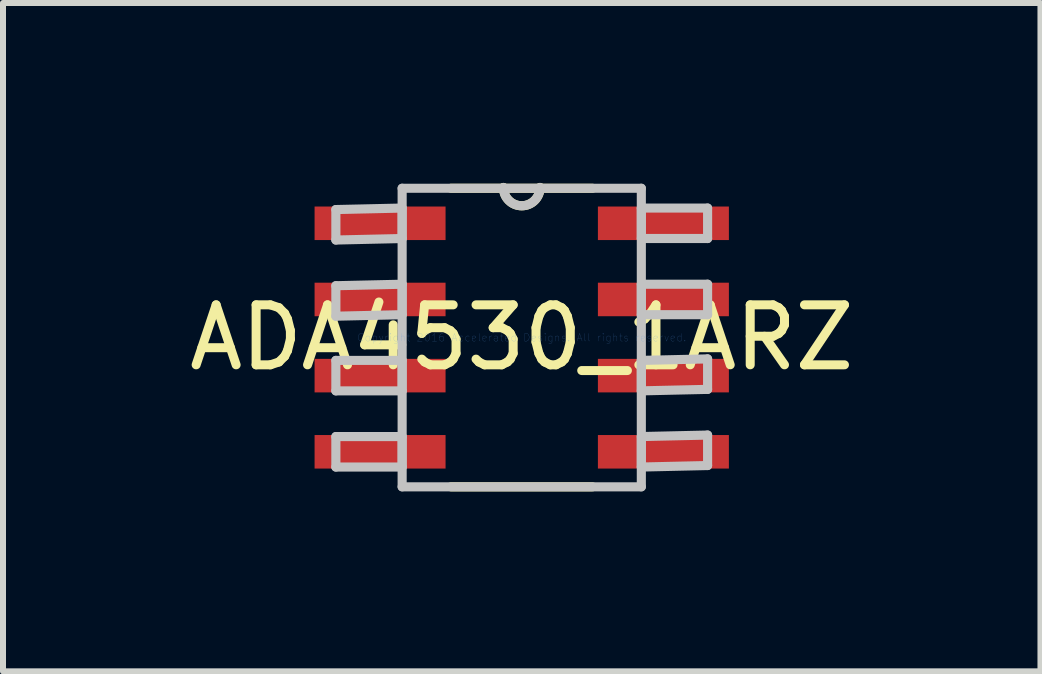
<source format=kicad_pcb>
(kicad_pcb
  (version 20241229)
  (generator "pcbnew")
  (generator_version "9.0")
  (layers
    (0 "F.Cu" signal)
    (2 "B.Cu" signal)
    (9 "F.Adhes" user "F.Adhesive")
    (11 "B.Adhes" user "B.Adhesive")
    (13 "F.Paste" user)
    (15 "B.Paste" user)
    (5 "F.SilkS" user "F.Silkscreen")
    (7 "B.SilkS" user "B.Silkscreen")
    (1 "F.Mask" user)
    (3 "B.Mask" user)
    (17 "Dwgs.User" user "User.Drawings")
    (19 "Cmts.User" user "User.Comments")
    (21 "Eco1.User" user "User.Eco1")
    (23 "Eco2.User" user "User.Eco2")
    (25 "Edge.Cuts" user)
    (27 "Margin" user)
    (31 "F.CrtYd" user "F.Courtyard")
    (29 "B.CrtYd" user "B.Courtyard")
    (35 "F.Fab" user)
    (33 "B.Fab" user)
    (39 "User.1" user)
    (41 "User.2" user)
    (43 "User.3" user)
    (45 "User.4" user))
  (footprint "ADA4530_1ARZ"
    (layer "F.Cu")
    (at 5.649 2.578)
    (property "Reference" "ADA4530_1ARZ" (at 0 0 0) (layer "F.SilkS") (effects (font (size 1 1) (thickness 0.15))))
    (attr through_hole)
    (fp_line (start -1.179 2.489) (end 1.179 2.489) (stroke (width 0.152) (type solid)) (layer "F.SilkS"))
    (fp_line (start 1.179 -2.489) (end -1.179 -2.489) (stroke (width 0.152) (type solid)) (layer "F.SilkS"))
    (fp_arc (start 0.3048 -2.5019) (mid 0 -2.1971) (end -0.3048 -2.5019) (stroke (width 0.1524) (type solid)) (layer "F.SilkS"))
    (fp_line (start -3.099 -2.134) (end -3.099 -1.626) (stroke (width 0.152) (type solid)) (layer "Dwgs.User"))
    (fp_line (start -3.099 -1.626) (end -1.994 -1.651) (stroke (width 0.152) (type solid)) (layer "Dwgs.User"))
    (fp_line (start -3.099 -0.864) (end -3.099 -0.356) (stroke (width 0.152) (type solid)) (layer "Dwgs.User"))
    (fp_line (start -3.099 -0.356) (end -1.994 -0.381) (stroke (width 0.152) (type solid)) (layer "Dwgs.User"))
    (fp_line (start -3.099 0.381) (end -3.099 0.889) (stroke (width 0.152) (type solid)) (layer "Dwgs.User"))
    (fp_line (start -3.099 0.889) (end -1.994 0.889) (stroke (width 0.152) (type solid)) (layer "Dwgs.User"))
    (fp_line (start -3.099 1.651) (end -3.099 2.159) (stroke (width 0.152) (type solid)) (layer "Dwgs.User"))
    (fp_line (start -3.099 2.159) (end -1.994 2.159) (stroke (width 0.152) (type solid)) (layer "Dwgs.User"))
    (fp_line (start -1.994 -2.489) (end -1.994 2.489) (stroke (width 0.152) (type solid)) (layer "Dwgs.User"))
    (fp_line (start -1.994 -2.159) (end -3.099 -2.134) (stroke (width 0.152) (type solid)) (layer "Dwgs.User"))
    (fp_line (start -1.994 -1.651) (end -1.994 -2.159) (stroke (width 0.152) (type solid)) (layer "Dwgs.User"))
    (fp_line (start -1.994 -0.889) (end -3.099 -0.864) (stroke (width 0.152) (type solid)) (layer "Dwgs.User"))
    (fp_line (start -1.994 -0.381) (end -1.994 -0.889) (stroke (width 0.152) (type solid)) (layer "Dwgs.User"))
    (fp_line (start -1.994 0.381) (end -3.099 0.381) (stroke (width 0.152) (type solid)) (layer "Dwgs.User"))
    (fp_line (start -1.994 0.889) (end -1.994 0.381) (stroke (width 0.152) (type solid)) (layer "Dwgs.User"))
    (fp_line (start -1.994 1.651) (end -3.099 1.651) (stroke (width 0.152) (type solid)) (layer "Dwgs.User"))
    (fp_line (start -1.994 2.159) (end -1.994 1.651) (stroke (width 0.152) (type solid)) (layer "Dwgs.User"))
    (fp_line (start -1.994 2.489) (end 1.994 2.489) (stroke (width 0.152) (type solid)) (layer "Dwgs.User"))
    (fp_line (start 1.994 -2.489) (end -1.994 -2.489) (stroke (width 0.152) (type solid)) (layer "Dwgs.User"))
    (fp_line (start 1.994 -2.159) (end 1.994 -1.651) (stroke (width 0.152) (type solid)) (layer "Dwgs.User"))
    (fp_line (start 1.994 -1.651) (end 3.099 -1.651) (stroke (width 0.152) (type solid)) (layer "Dwgs.User"))
    (fp_line (start 1.994 -0.889) (end 1.994 -0.381) (stroke (width 0.152) (type solid)) (layer "Dwgs.User"))
    (fp_line (start 1.994 -0.381) (end 3.099 -0.381) (stroke (width 0.152) (type solid)) (layer "Dwgs.User"))
    (fp_line (start 1.994 0.381) (end 1.994 0.889) (stroke (width 0.152) (type solid)) (layer "Dwgs.User"))
    (fp_line (start 1.994 0.889) (end 3.099 0.864) (stroke (width 0.152) (type solid)) (layer "Dwgs.User"))
    (fp_line (start 1.994 1.651) (end 1.994 2.159) (stroke (width 0.152) (type solid)) (layer "Dwgs.User"))
    (fp_line (start 1.994 2.159) (end 3.099 2.134) (stroke (width 0.152) (type solid)) (layer "Dwgs.User"))
    (fp_line (start 1.994 2.489) (end 1.994 -2.489) (stroke (width 0.152) (type solid)) (layer "Dwgs.User"))
    (fp_line (start 3.099 -2.159) (end 1.994 -2.159) (stroke (width 0.152) (type solid)) (layer "Dwgs.User"))
    (fp_line (start 3.099 -1.651) (end 3.099 -2.159) (stroke (width 0.152) (type solid)) (layer "Dwgs.User"))
    (fp_line (start 3.099 -0.889) (end 1.994 -0.889) (stroke (width 0.152) (type solid)) (layer "Dwgs.User"))
    (fp_line (start 3.099 -0.381) (end 3.099 -0.889) (stroke (width 0.152) (type solid)) (layer "Dwgs.User"))
    (fp_line (start 3.099 0.356) (end 1.994 0.381) (stroke (width 0.152) (type solid)) (layer "Dwgs.User"))
    (fp_line (start 3.099 0.864) (end 3.099 0.356) (stroke (width 0.152) (type solid)) (layer "Dwgs.User"))
    (fp_line (start 3.099 1.626) (end 1.994 1.651) (stroke (width 0.152) (type solid)) (layer "Dwgs.User"))
    (fp_line (start 3.099 2.134) (end 3.099 1.626) (stroke (width 0.152) (type solid)) (layer "Dwgs.User"))
    (fp_arc (start 0.3048 -2.5019) (mid 0 -2.1971) (end -0.3048 -2.5019) (stroke (width 0.1524) (type solid)) (layer "Dwgs.User"))
    (fp_text user "Copyright 2016 Accelerated Designs. All rights reserved." (at 0 0 0) (layer "Cmts.User") (effects (font (size 0.127 0.127) (thickness 0.002))))
    (pad "1" smd rect (at -2.362 -1.905) (size 2.184 0.559) (layers "F.Cu" "F.Mask" "F.Paste"))
    (pad "2" smd rect (at -2.362 -0.635) (size 2.184 0.559) (layers "F.Cu" "F.Mask" "F.Paste"))
    (pad "3" smd rect (at -2.362 0.635) (size 2.184 0.559) (layers "F.Cu" "F.Mask" "F.Paste"))
    (pad "4" smd rect (at -2.362 1.905) (size 2.184 0.559) (layers "F.Cu" "F.Mask" "F.Paste"))
    (pad "5" smd rect (at 2.362 1.905) (size 2.184 0.559) (layers "F.Cu" "F.Mask" "F.Paste"))
    (pad "6" smd rect (at 2.362 0.635) (size 2.184 0.559) (layers "F.Cu" "F.Mask" "F.Paste"))
    (pad "7" smd rect (at 2.362 -0.635) (size 2.184 0.559) (layers "F.Cu" "F.Mask" "F.Paste"))
    (pad "8" smd rect (at 2.362 -1.905) (size 2.184 0.559) (layers "F.Cu" "F.Mask" "F.Paste")))
  (gr_rect
    (start -3 -3)
    (end 14.298 8.143)
    (stroke (width 0.1) (type default))
    (fill no)
    (layer "Edge.Cuts")))
</source>
